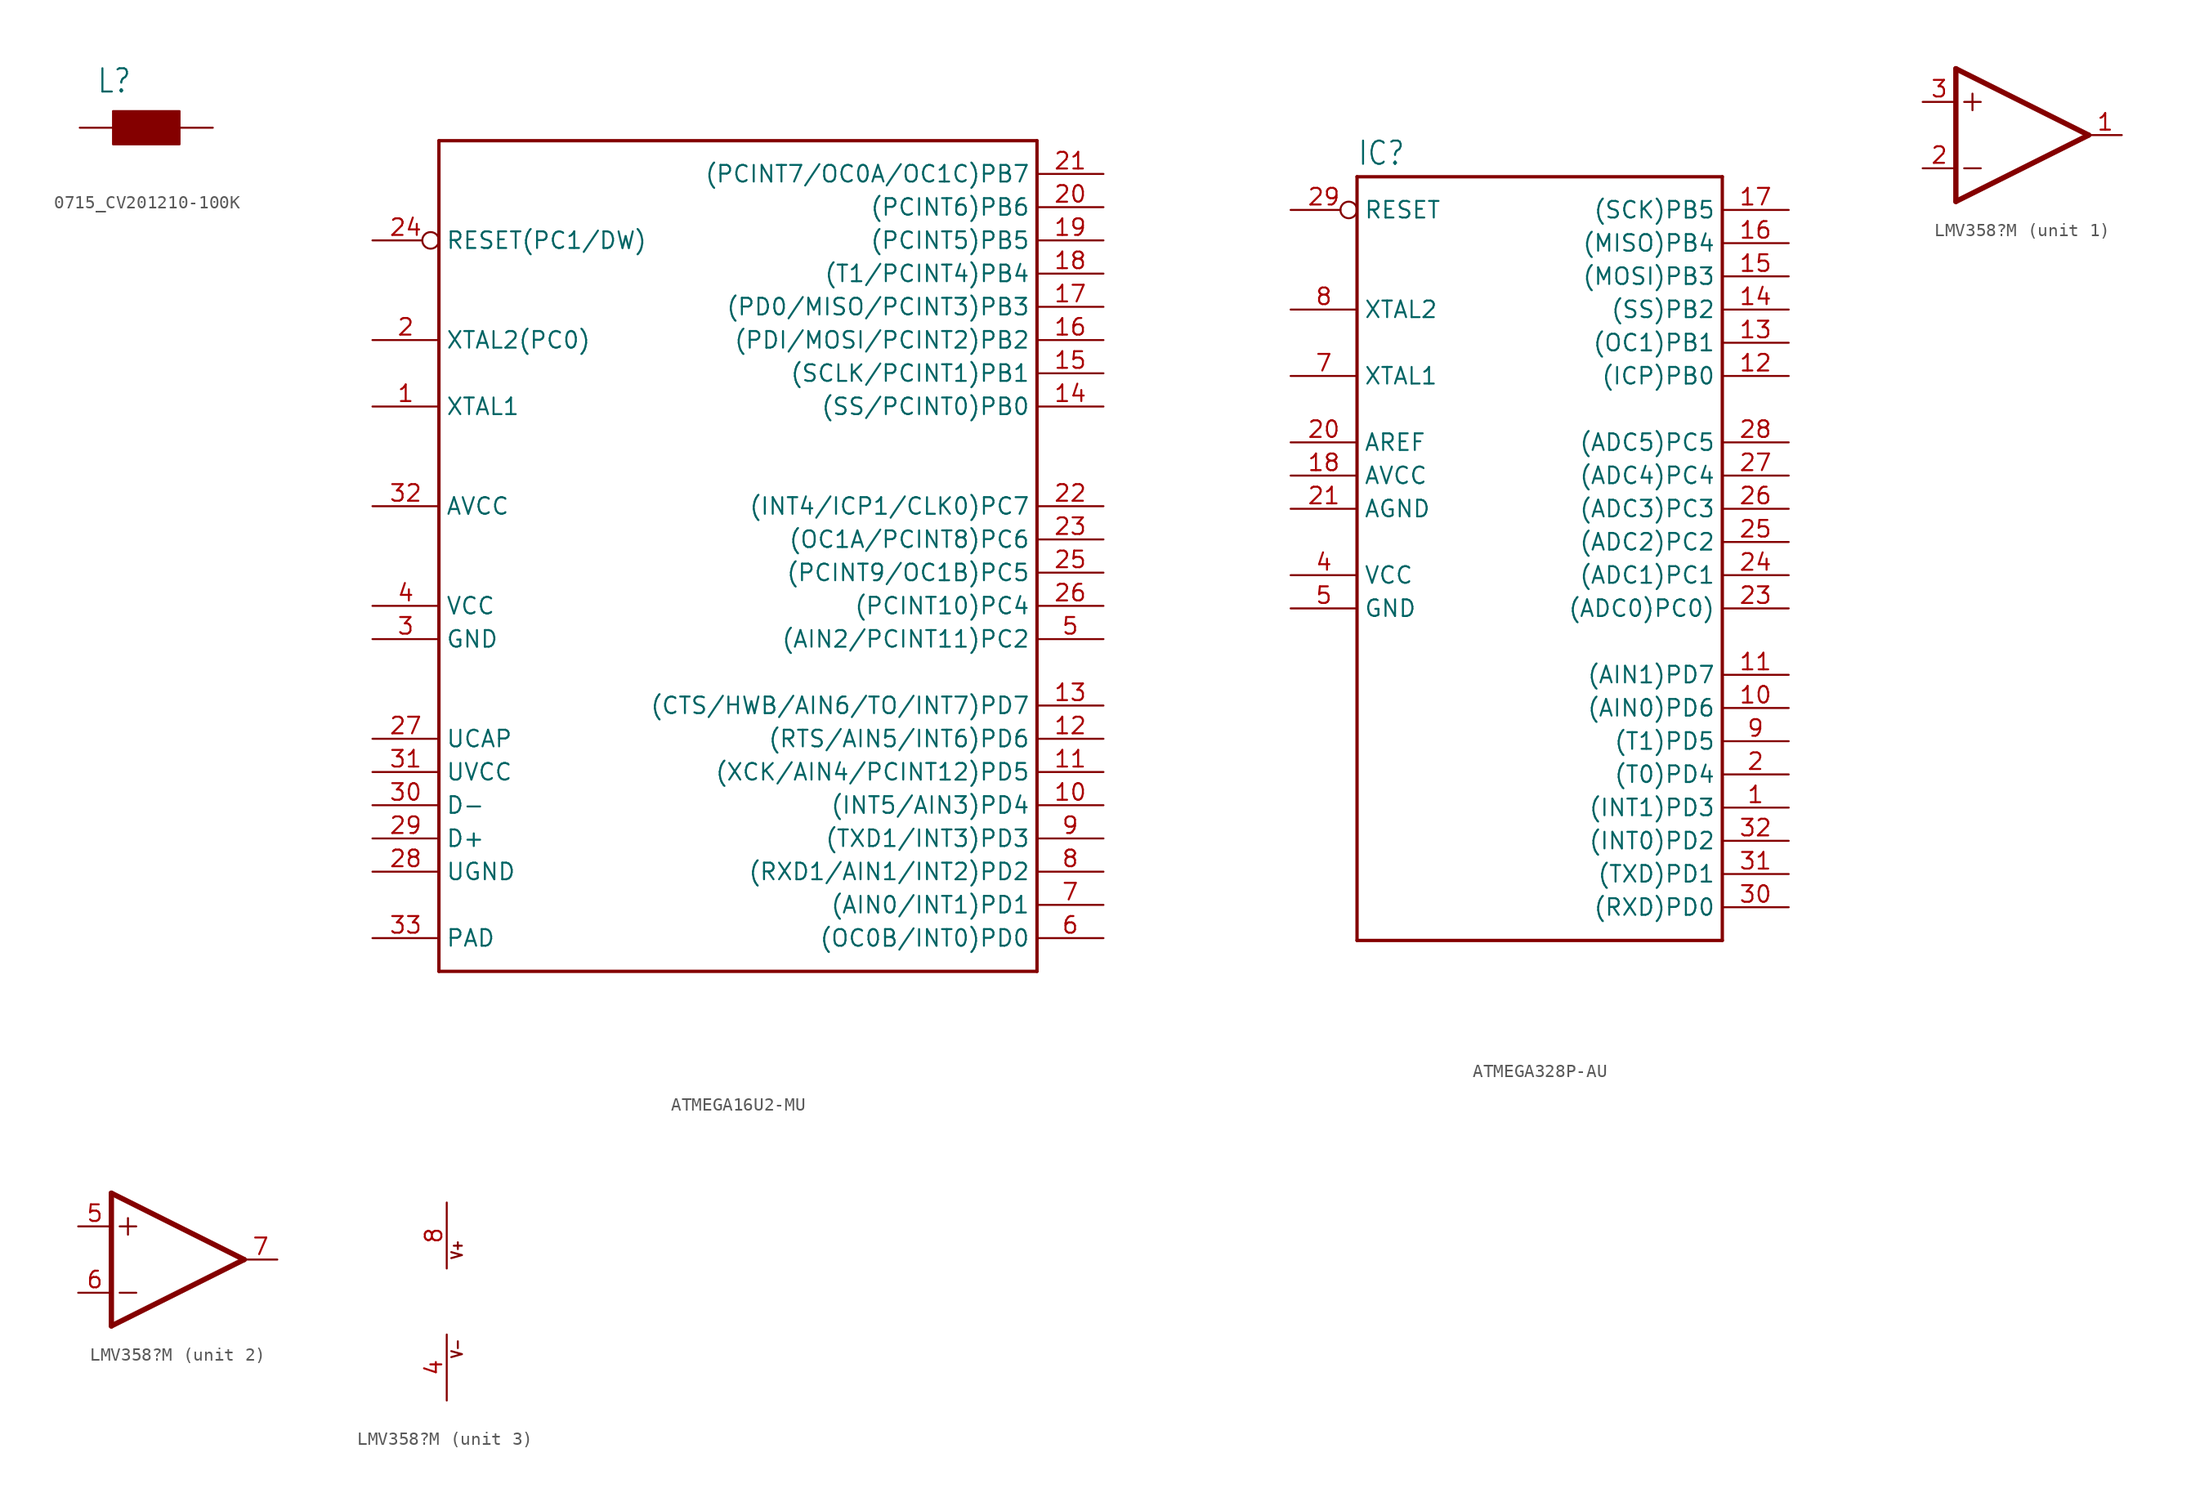
<source format=kicad_sym>
(kicad_symbol_lib
  (version 20220914)
  (generator kicad_symbol_editor)
  (symbol "0715_CV201210-100K"
    (property "Reference" "L"
      (at -3.81 5.08 0)
      (effects (font (size 1.778 1.511)) (justify left bottom)))
    (property "Value" ""
      (at -3.81 -1.27 0)
      (effects (font (size 1.778 1.511)) (justify left bottom)))
    (property "ki_locked" ""
      (at 0 0 0)
      (effects (font (size 1.27 1.27))))
    (symbol "0715_CV201210-100K_1_0"
      (rectangle (start -2.54 1.27) (end 2.54 3.81) (stroke (width 0) (type default)) (fill (type outline)))
      (pin passive line (at -5.08 2.54 0) (length 2.54) (name "1" (effects (font (size 0 0)))) (number "1" (effects (font (size 0 0)))))
      (pin passive line (at 5.08 2.54 180) (length 2.54) (name "2" (effects (font (size 0 0)))) (number "2" (effects (font (size 0 0)))))))
  (symbol "ATMEGA16U2-MU"
    (property "Reference" ""
      (at -22.86 33.782 0)
      (effects (font (size 1.778 1.511)) (justify left bottom) hide))
    (property "Value" ""
      (at -22.86 -33.02 0)
      (effects (font (size 1.778 1.511)) (justify left bottom)))
    (property "ki_locked" ""
      (at 0 0 0)
      (effects (font (size 1.27 1.27))))
    (symbol "ATMEGA16U2-MU_1_0"
      (polyline (pts (xy -22.86 -30.48) (xy -22.86 33.02)) (stroke (width 0.254) (type solid)) (fill (type none)))
      (polyline (pts (xy -22.86 33.02) (xy 22.86 33.02)) (stroke (width 0.254) (type solid)) (fill (type none)))
      (polyline (pts (xy 22.86 -30.48) (xy -22.86 -30.48)) (stroke (width 0.254) (type solid)) (fill (type none)))
      (polyline (pts (xy 22.86 33.02) (xy 22.86 -30.48)) (stroke (width 0.254) (type solid)) (fill (type none)))
      (pin bidirectional line (at -27.94 12.7 0) (length 5.08) (name "XTAL1" (effects (font (size 1.27 1.27)))) (number "1" (effects (font (size 1.27 1.27)))))
      (pin bidirectional line (at 27.94 -17.78 180) (length 5.08) (name "(INT5/AIN3)PD4" (effects (font (size 1.27 1.27)))) (number "10" (effects (font (size 1.27 1.27)))))
      (pin bidirectional line (at 27.94 -15.24 180) (length 5.08) (name "(XCK/AIN4/PCINT12)PD5" (effects (font (size 1.27 1.27)))) (number "11" (effects (font (size 1.27 1.27)))))
      (pin bidirectional line (at 27.94 -12.7 180) (length 5.08) (name "(RTS/AIN5/INT6)PD6" (effects (font (size 1.27 1.27)))) (number "12" (effects (font (size 1.27 1.27)))))
      (pin bidirectional line (at 27.94 -10.16 180) (length 5.08) (name "(CTS/HWB/AIN6/TO/INT7)PD7" (effects (font (size 1.27 1.27)))) (number "13" (effects (font (size 1.27 1.27)))))
      (pin bidirectional line (at 27.94 12.7 180) (length 5.08) (name "(SS/PCINT0)PB0" (effects (font (size 1.27 1.27)))) (number "14" (effects (font (size 1.27 1.27)))))
      (pin bidirectional line (at 27.94 15.24 180) (length 5.08) (name "(SCLK/PCINT1)PB1" (effects (font (size 1.27 1.27)))) (number "15" (effects (font (size 1.27 1.27)))))
      (pin bidirectional line (at 27.94 17.78 180) (length 5.08) (name "(PDI/MOSI/PCINT2)PB2" (effects (font (size 1.27 1.27)))) (number "16" (effects (font (size 1.27 1.27)))))
      (pin bidirectional line (at 27.94 20.32 180) (length 5.08) (name "(PD0/MISO/PCINT3)PB3" (effects (font (size 1.27 1.27)))) (number "17" (effects (font (size 1.27 1.27)))))
      (pin bidirectional line (at 27.94 22.86 180) (length 5.08) (name "(T1/PCINT4)PB4" (effects (font (size 1.27 1.27)))) (number "18" (effects (font (size 1.27 1.27)))))
      (pin bidirectional line (at 27.94 25.4 180) (length 5.08) (name "(PCINT5)PB5" (effects (font (size 1.27 1.27)))) (number "19" (effects (font (size 1.27 1.27)))))
      (pin bidirectional line (at -27.94 17.78 0) (length 5.08) (name "XTAL2(PC0)" (effects (font (size 1.27 1.27)))) (number "2" (effects (font (size 1.27 1.27)))))
      (pin bidirectional line (at 27.94 27.94 180) (length 5.08) (name "(PCINT6)PB6" (effects (font (size 1.27 1.27)))) (number "20" (effects (font (size 1.27 1.27)))))
      (pin bidirectional line (at 27.94 30.48 180) (length 5.08) (name "(PCINT7/OC0A/OC1C)PB7" (effects (font (size 1.27 1.27)))) (number "21" (effects (font (size 1.27 1.27)))))
      (pin bidirectional line (at 27.94 5.08 180) (length 5.08) (name "(INT4/ICP1/CLK0)PC7" (effects (font (size 1.27 1.27)))) (number "22" (effects (font (size 1.27 1.27)))))
      (pin bidirectional line (at 27.94 2.54 180) (length 5.08) (name "(OC1A/PCINT8)PC6" (effects (font (size 1.27 1.27)))) (number "23" (effects (font (size 1.27 1.27)))))
      (pin input inverted (at -27.94 25.4 0) (length 5.08) (name "RESET(PC1/DW)" (effects (font (size 1.27 1.27)))) (number "24" (effects (font (size 1.27 1.27)))))
      (pin bidirectional line (at 27.94 0 180) (length 5.08) (name "(PCINT9/OC1B)PC5" (effects (font (size 1.27 1.27)))) (number "25" (effects (font (size 1.27 1.27)))))
      (pin bidirectional line (at 27.94 -2.54 180) (length 5.08) (name "(PCINT10)PC4" (effects (font (size 1.27 1.27)))) (number "26" (effects (font (size 1.27 1.27)))))
      (pin passive line (at -27.94 -12.7 0) (length 5.08) (name "UCAP" (effects (font (size 1.27 1.27)))) (number "27" (effects (font (size 1.27 1.27)))))
      (pin power_in line (at -27.94 -22.86 0) (length 5.08) (name "UGND" (effects (font (size 1.27 1.27)))) (number "28" (effects (font (size 1.27 1.27)))))
      (pin bidirectional line (at -27.94 -20.32 0) (length 5.08) (name "D+" (effects (font (size 1.27 1.27)))) (number "29" (effects (font (size 1.27 1.27)))))
      (pin power_in line (at -27.94 -5.08 0) (length 5.08) (name "GND" (effects (font (size 1.27 1.27)))) (number "3" (effects (font (size 1.27 1.27)))))
      (pin bidirectional line (at -27.94 -17.78 0) (length 5.08) (name "D-" (effects (font (size 1.27 1.27)))) (number "30" (effects (font (size 1.27 1.27)))))
      (pin power_in line (at -27.94 -15.24 0) (length 5.08) (name "UVCC" (effects (font (size 1.27 1.27)))) (number "31" (effects (font (size 1.27 1.27)))))
      (pin power_in line (at -27.94 5.08 0) (length 5.08) (name "AVCC" (effects (font (size 1.27 1.27)))) (number "32" (effects (font (size 1.27 1.27)))))
      (pin power_in line (at -27.94 -27.94 0) (length 5.08) (name "PAD" (effects (font (size 1.27 1.27)))) (number "33" (effects (font (size 1.27 1.27)))))
      (pin power_in line (at -27.94 -2.54 0) (length 5.08) (name "VCC" (effects (font (size 1.27 1.27)))) (number "4" (effects (font (size 1.27 1.27)))))
      (pin bidirectional line (at 27.94 -5.08 180) (length 5.08) (name "(AIN2/PCINT11)PC2" (effects (font (size 1.27 1.27)))) (number "5" (effects (font (size 1.27 1.27)))))
      (pin bidirectional line (at 27.94 -27.94 180) (length 5.08) (name "(OC0B/INT0)PD0" (effects (font (size 1.27 1.27)))) (number "6" (effects (font (size 1.27 1.27)))))
      (pin bidirectional line (at 27.94 -25.4 180) (length 5.08) (name "(AIN0/INT1)PD1" (effects (font (size 1.27 1.27)))) (number "7" (effects (font (size 1.27 1.27)))))
      (pin bidirectional line (at 27.94 -22.86 180) (length 5.08) (name "(RXD1/AIN1/INT2)PD2" (effects (font (size 1.27 1.27)))) (number "8" (effects (font (size 1.27 1.27)))))
      (pin bidirectional line (at 27.94 -20.32 180) (length 5.08) (name "(TXD1/INT3)PD3" (effects (font (size 1.27 1.27)))) (number "9" (effects (font (size 1.27 1.27)))))))
  (symbol "ATMEGA328P-AU"
    (property "Reference" "IC"
      (at -15.24 28.702 0)
      (effects (font (size 1.778 1.511)) (justify left bottom)))
    (property "Value" ""
      (at -15.24 -33.02 0)
      (effects (font (size 1.778 1.511)) (justify left bottom)))
    (property "ki_locked" ""
      (at 0 0 0)
      (effects (font (size 1.27 1.27))))
    (symbol "ATMEGA328P-AU_1_0"
      (polyline (pts (xy -15.24 -30.48) (xy -15.24 27.94)) (stroke (width 0.254) (type solid)) (fill (type none)))
      (polyline (pts (xy -15.24 27.94) (xy 12.7 27.94)) (stroke (width 0.254) (type solid)) (fill (type none)))
      (polyline (pts (xy 12.7 -30.48) (xy -15.24 -30.48)) (stroke (width 0.254) (type solid)) (fill (type none)))
      (polyline (pts (xy 12.7 27.94) (xy 12.7 -30.48)) (stroke (width 0.254) (type solid)) (fill (type none)))
      (pin bidirectional line (at 17.78 -20.32 180) (length 5.08) (name "(INT1)PD3" (effects (font (size 1.27 1.27)))) (number "1" (effects (font (size 1.27 1.27)))))
      (pin bidirectional line (at 17.78 -12.7 180) (length 5.08) (name "(AIN0)PD6" (effects (font (size 1.27 1.27)))) (number "10" (effects (font (size 1.27 1.27)))))
      (pin bidirectional line (at 17.78 -10.16 180) (length 5.08) (name "(AIN1)PD7" (effects (font (size 1.27 1.27)))) (number "11" (effects (font (size 1.27 1.27)))))
      (pin bidirectional line (at 17.78 12.7 180) (length 5.08) (name "(ICP)PB0" (effects (font (size 1.27 1.27)))) (number "12" (effects (font (size 1.27 1.27)))))
      (pin bidirectional line (at 17.78 15.24 180) (length 5.08) (name "(OC1)PB1" (effects (font (size 1.27 1.27)))) (number "13" (effects (font (size 1.27 1.27)))))
      (pin bidirectional line (at 17.78 17.78 180) (length 5.08) (name "(SS)PB2" (effects (font (size 1.27 1.27)))) (number "14" (effects (font (size 1.27 1.27)))))
      (pin bidirectional line (at 17.78 20.32 180) (length 5.08) (name "(MOSI)PB3" (effects (font (size 1.27 1.27)))) (number "15" (effects (font (size 1.27 1.27)))))
      (pin bidirectional line (at 17.78 22.86 180) (length 5.08) (name "(MISO)PB4" (effects (font (size 1.27 1.27)))) (number "16" (effects (font (size 1.27 1.27)))))
      (pin bidirectional line (at 17.78 25.4 180) (length 5.08) (name "(SCK)PB5" (effects (font (size 1.27 1.27)))) (number "17" (effects (font (size 1.27 1.27)))))
      (pin power_in line (at -20.32 5.08 0) (length 5.08) (name "AVCC" (effects (font (size 1.27 1.27)))) (number "18" (effects (font (size 1.27 1.27)))))
      (pin bidirectional line (at 17.78 -17.78 180) (length 5.08) (name "(T0)PD4" (effects (font (size 1.27 1.27)))) (number "2" (effects (font (size 1.27 1.27)))))
      (pin passive line (at -20.32 7.62 0) (length 5.08) (name "AREF" (effects (font (size 1.27 1.27)))) (number "20" (effects (font (size 1.27 1.27)))))
      (pin power_in line (at -20.32 2.54 0) (length 5.08) (name "AGND" (effects (font (size 1.27 1.27)))) (number "21" (effects (font (size 1.27 1.27)))))
      (pin bidirectional line (at 17.78 -5.08 180) (length 5.08) (name "(ADC0)PC0)" (effects (font (size 1.27 1.27)))) (number "23" (effects (font (size 1.27 1.27)))))
      (pin bidirectional line (at 17.78 -2.54 180) (length 5.08) (name "(ADC1)PC1" (effects (font (size 1.27 1.27)))) (number "24" (effects (font (size 1.27 1.27)))))
      (pin bidirectional line (at 17.78 0 180) (length 5.08) (name "(ADC2)PC2" (effects (font (size 1.27 1.27)))) (number "25" (effects (font (size 1.27 1.27)))))
      (pin bidirectional line (at 17.78 2.54 180) (length 5.08) (name "(ADC3)PC3" (effects (font (size 1.27 1.27)))) (number "26" (effects (font (size 1.27 1.27)))))
      (pin bidirectional line (at 17.78 5.08 180) (length 5.08) (name "(ADC4)PC4" (effects (font (size 1.27 1.27)))) (number "27" (effects (font (size 1.27 1.27)))))
      (pin bidirectional line (at 17.78 7.62 180) (length 5.08) (name "(ADC5)PC5" (effects (font (size 1.27 1.27)))) (number "28" (effects (font (size 1.27 1.27)))))
      (pin input inverted (at -20.32 25.4 0) (length 5.08) (name "RESET" (effects (font (size 1.27 1.27)))) (number "29" (effects (font (size 1.27 1.27)))))
      (pin bidirectional line (at 17.78 -27.94 180) (length 5.08) (name "(RXD)PD0" (effects (font (size 1.27 1.27)))) (number "30" (effects (font (size 1.27 1.27)))))
      (pin bidirectional line (at 17.78 -25.4 180) (length 5.08) (name "(TXD)PD1" (effects (font (size 1.27 1.27)))) (number "31" (effects (font (size 1.27 1.27)))))
      (pin bidirectional line (at 17.78 -22.86 180) (length 5.08) (name "(INT0)PD2" (effects (font (size 1.27 1.27)))) (number "32" (effects (font (size 1.27 1.27)))))
      (pin power_in line (at -20.32 -2.54 0) (length 5.08) (name "VCC" (effects (font (size 1.27 1.27)))) (number "4" (effects (font (size 1.27 1.27)))))
      (pin power_in line (at -20.32 -5.08 0) (length 5.08) (name "GND" (effects (font (size 1.27 1.27)))) (number "5" (effects (font (size 1.27 1.27)))))
      (pin bidirectional line (at -20.32 12.7 0) (length 5.08) (name "XTAL1" (effects (font (size 1.27 1.27)))) (number "7" (effects (font (size 1.27 1.27)))))
      (pin bidirectional line (at -20.32 17.78 0) (length 5.08) (name "XTAL2" (effects (font (size 1.27 1.27)))) (number "8" (effects (font (size 1.27 1.27)))))
      (pin bidirectional line (at 17.78 -15.24 180) (length 5.08) (name "(T1)PD5" (effects (font (size 1.27 1.27)))) (number "9" (effects (font (size 1.27 1.27)))))))
  (symbol "LMV358?M"
    (property "Reference" "IC"
      (at 2.54 3.175 0)
      (effects (font (size 1.778 1.511)) (justify left bottom) hide))
    (property "ki_locked" ""
      (at 0 0 0)
      (effects (font (size 1.27 1.27))))
    (symbol "LMV358?M_1_0"
      (polyline (pts (xy -5.08 -5.08) (xy 5.08 0)) (stroke (width 0.406) (type solid)) (fill (type none)))
      (polyline (pts (xy -5.08 5.08) (xy -5.08 -5.08)) (stroke (width 0.406) (type solid)) (fill (type none)))
      (polyline (pts (xy -4.445 -2.54) (xy -3.175 -2.54)) (stroke (width 0.152) (type solid)) (fill (type none)))
      (polyline (pts (xy -4.445 2.54) (xy -3.175 2.54)) (stroke (width 0.152) (type solid)) (fill (type none)))
      (polyline (pts (xy -3.81 3.175) (xy -3.81 1.905)) (stroke (width 0.152) (type solid)) (fill (type none)))
      (polyline (pts (xy 5.08 0) (xy -5.08 5.08)) (stroke (width 0.406) (type solid)) (fill (type none)))
      (pin output line (at 7.62 0 180) (length 2.54) (name "OUT" (effects (font (size 0 0)))) (number "1" (effects (font (size 1.27 1.27)))))
      (pin input line (at -7.62 -2.54 0) (length 2.54) (name "-IN" (effects (font (size 0 0)))) (number "2" (effects (font (size 1.27 1.27)))))
      (pin input line (at -7.62 2.54 0) (length 2.54) (name "+IN" (effects (font (size 0 0)))) (number "3" (effects (font (size 1.27 1.27))))))
    (symbol "LMV358?M_2_0"
      (polyline (pts (xy -5.08 -5.08) (xy 5.08 0)) (stroke (width 0.406) (type solid)) (fill (type none)))
      (polyline (pts (xy -5.08 5.08) (xy -5.08 -5.08)) (stroke (width 0.406) (type solid)) (fill (type none)))
      (polyline (pts (xy -4.445 -2.54) (xy -3.175 -2.54)) (stroke (width 0.152) (type solid)) (fill (type none)))
      (polyline (pts (xy -4.445 2.54) (xy -3.175 2.54)) (stroke (width 0.152) (type solid)) (fill (type none)))
      (polyline (pts (xy -3.81 3.175) (xy -3.81 1.905)) (stroke (width 0.152) (type solid)) (fill (type none)))
      (polyline (pts (xy 5.08 0) (xy -5.08 5.08)) (stroke (width 0.406) (type solid)) (fill (type none)))
      (pin input line (at -7.62 2.54 0) (length 2.54) (name "+IN" (effects (font (size 0 0)))) (number "5" (effects (font (size 1.27 1.27)))))
      (pin input line (at -7.62 -2.54 0) (length 2.54) (name "-IN" (effects (font (size 0 0)))) (number "6" (effects (font (size 1.27 1.27)))))
      (pin output line (at 7.62 0 180) (length 2.54) (name "OUT" (effects (font (size 0 0)))) (number "7" (effects (font (size 1.27 1.27))))))
    (symbol "LMV358?M_3_0"
      (text "V+" (at 1.27 3.175 900) (effects (font (size 0.813 0.691)) (justify left bottom)))
      (text "V-" (at 1.27 -4.445 900) (effects (font (size 0.813 0.691)) (justify left bottom)))
      (pin power_in line (at 0 -7.62 90) (length 5.08) (name "V-" (effects (font (size 0 0)))) (number "4" (effects (font (size 1.27 1.27)))))
      (pin power_in line (at 0 7.62 270) (length 5.08) (name "V+" (effects (font (size 0 0)))) (number "8" (effects (font (size 1.27 1.27))))))))
</source>
